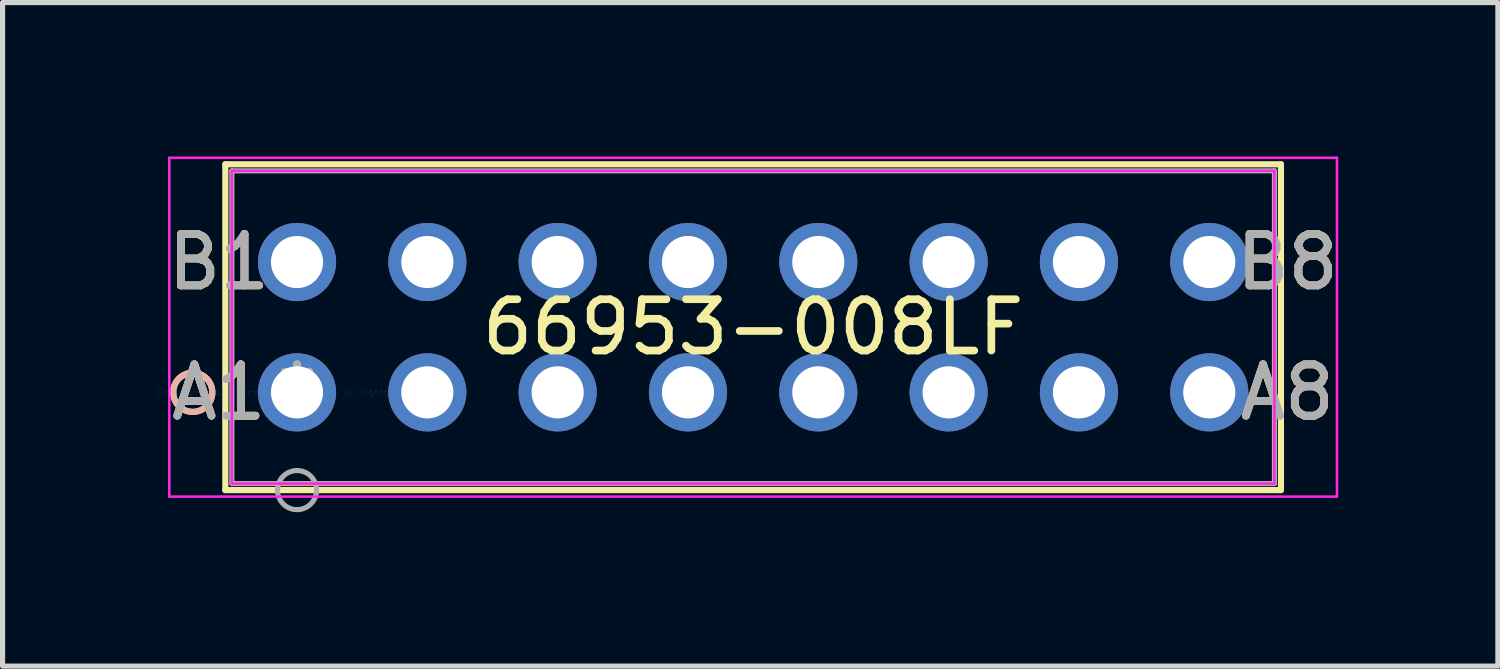
<source format=kicad_pcb>
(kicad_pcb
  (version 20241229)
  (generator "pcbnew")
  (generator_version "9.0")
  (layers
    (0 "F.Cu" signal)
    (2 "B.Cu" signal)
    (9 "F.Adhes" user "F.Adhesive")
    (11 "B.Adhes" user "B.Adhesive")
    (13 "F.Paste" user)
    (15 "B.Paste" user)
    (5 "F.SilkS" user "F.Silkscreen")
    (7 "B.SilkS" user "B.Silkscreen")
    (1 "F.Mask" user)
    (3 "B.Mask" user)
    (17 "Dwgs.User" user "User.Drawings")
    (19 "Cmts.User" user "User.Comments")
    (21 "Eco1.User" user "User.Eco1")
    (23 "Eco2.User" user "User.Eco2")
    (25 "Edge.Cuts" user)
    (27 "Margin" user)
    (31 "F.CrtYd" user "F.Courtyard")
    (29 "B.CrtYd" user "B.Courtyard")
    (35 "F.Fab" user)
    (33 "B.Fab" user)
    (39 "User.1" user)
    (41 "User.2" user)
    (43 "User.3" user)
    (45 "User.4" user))
  (footprint "66953-008LF"
    (layer "F.Cu")
    (at 2.739 4.597)
    (property "Reference" "66953-008LF" (at 8.89 -1.27 0) (layer "F.SilkS") (effects (font (size 1 1) (thickness 0.15))))
    (attr through_hole)
    (fp_line (start -1.397 -4.445) (end -1.397 1.905) (stroke (width 0.12) (type solid)) (layer "F.SilkS"))
    (fp_line (start -1.397 1.905) (end 19.177 1.905) (stroke (width 0.12) (type solid)) (layer "F.SilkS"))
    (fp_line (start 19.177 -4.445) (end -1.397 -4.445) (stroke (width 0.12) (type solid)) (layer "F.SilkS"))
    (fp_line (start 19.177 1.905) (end 19.177 -4.445) (stroke (width 0.12) (type solid)) (layer "F.SilkS"))
    (fp_circle (center -2.032 0) (end -1.651 0) (stroke (width 0.12) (type solid)) (fill no) (layer "F.SilkS"))
    (fp_circle (center -2.032 0) (end -1.651 0) (stroke (width 0.12) (type solid)) (fill no) (layer "B.SilkS"))
    (fp_line (start -2.489 -4.572) (end -2.489 2.032) (stroke (width 0.05) (type solid)) (layer "F.CrtYd"))
    (fp_line (start -2.489 2.032) (end 20.269 2.032) (stroke (width 0.05) (type solid)) (layer "F.CrtYd"))
    (fp_line (start -1.27 -4.318) (end -1.27 1.778) (stroke (width 0.05) (type solid)) (layer "F.CrtYd"))
    (fp_line (start -1.27 1.778) (end 19.05 1.778) (stroke (width 0.05) (type solid)) (layer "F.CrtYd"))
    (fp_line (start 19.05 -4.318) (end -1.27 -4.318) (stroke (width 0.05) (type solid)) (layer "F.CrtYd"))
    (fp_line (start 19.05 1.778) (end 19.05 -4.318) (stroke (width 0.05) (type solid)) (layer "F.CrtYd"))
    (fp_line (start 20.269 -4.572) (end -2.489 -4.572) (stroke (width 0.05) (type solid)) (layer "F.CrtYd"))
    (fp_line (start 20.269 2.032) (end 20.269 -4.572) (stroke (width 0.05) (type solid)) (layer "F.CrtYd"))
    (fp_line (start -1.27 -4.318) (end -1.27 1.778) (stroke (width 0.1) (type solid)) (layer "F.Fab"))
    (fp_line (start -1.27 1.778) (end 19.05 1.778) (stroke (width 0.1) (type solid)) (layer "F.Fab"))
    (fp_line (start 19.05 -4.318) (end -1.27 -4.318) (stroke (width 0.1) (type solid)) (layer "F.Fab"))
    (fp_line (start 19.05 1.778) (end 19.05 -4.318) (stroke (width 0.1) (type solid)) (layer "F.Fab"))
    (fp_circle (center 0 1.905) (end 0.381 1.905) (stroke (width 0.1) (type solid)) (fill no) (layer "F.Fab"))
    (fp_text user "*" (at 0 0 0) (layer "F.SilkS") (effects (font (size 1 1) (thickness 0.15))))
    (fp_text user "B1" (at -1.524 -2.54 0) (layer "F.SilkS") (effects (font (size 1 1) (thickness 0.15))))
    (fp_text user "A8" (at 19.304 0 0) (layer "F.SilkS") (effects (font (size 1 1) (thickness 0.15))))
    (fp_text user "B8" (at 19.304 -2.54 0) (layer "F.SilkS") (effects (font (size 1 1) (thickness 0.15))))
    (fp_text user "A1" (at -1.524 0 0) (layer "F.SilkS") (effects (font (size 1 1) (thickness 0.15))))
    (fp_text user "B8" (at 19.304 -2.54 0) (layer "B.SilkS") (effects (font (size 1 1) (thickness 0.15))))
    (fp_text user "A8" (at 19.304 0 0) (layer "B.SilkS") (effects (font (size 1 1) (thickness 0.15))))
    (fp_text user "A1" (at -1.524 0 0) (layer "B.SilkS") (effects (font (size 1 1) (thickness 0.15))))
    (fp_text user "B1" (at -1.524 -2.54 0) (layer "B.SilkS") (effects (font (size 1 1) (thickness 0.15))))
    (fp_text user "Copyright 2021 Accelerated Designs. All rights reserved." (at 0 0 0) (layer "Cmts.User") (effects (font (size 0.127 0.127) (thickness 0.002))))
    (fp_text user "B8" (at 19.304 -2.54 0) (layer "F.Fab") (effects (font (size 1 1) (thickness 0.15))))
    (fp_text user "A8" (at 19.304 0 0) (layer "F.Fab") (effects (font (size 1 1) (thickness 0.15))))
    (fp_text user "B1" (at -1.524 -2.54 0) (layer "F.Fab") (effects (font (size 1 1) (thickness 0.15))))
    (fp_text user "A1" (at -1.524 0 0) (layer "F.Fab") (effects (font (size 1 1) (thickness 0.15))))
    (fp_text user "*" (at 0 0 0) (layer "F.Fab") (effects (font (size 1 1) (thickness 0.15))))
    (pad "A1" thru_hole circle (at 0 0) (size 1.524 1.524) (drill 1.016) (layers "*.Cu" "*.Mask"))
    (pad "A2" thru_hole circle (at 2.54 0) (size 1.524 1.524) (drill 1.016) (layers "*.Cu" "*.Mask"))
    (pad "A3" thru_hole circle (at 5.08 0) (size 1.524 1.524) (drill 1.016) (layers "*.Cu" "*.Mask"))
    (pad "A4" thru_hole circle (at 7.62 0) (size 1.524 1.524) (drill 1.016) (layers "*.Cu" "*.Mask"))
    (pad "A5" thru_hole circle (at 10.16 0) (size 1.524 1.524) (drill 1.016) (layers "*.Cu" "*.Mask"))
    (pad "A6" thru_hole circle (at 12.7 0) (size 1.524 1.524) (drill 1.016) (layers "*.Cu" "*.Mask"))
    (pad "A7" thru_hole circle (at 15.24 0) (size 1.524 1.524) (drill 1.016) (layers "*.Cu" "*.Mask"))
    (pad "A8" thru_hole circle (at 17.78 0) (size 1.524 1.524) (drill 1.016) (layers "*.Cu" "*.Mask"))
    (pad "B1" thru_hole circle (at 0 -2.54) (size 1.524 1.524) (drill 1.016) (layers "*.Cu" "*.Mask"))
    (pad "B2" thru_hole circle (at 2.54 -2.54) (size 1.524 1.524) (drill 1.016) (layers "*.Cu" "*.Mask"))
    (pad "B3" thru_hole circle (at 5.08 -2.54) (size 1.524 1.524) (drill 1.016) (layers "*.Cu" "*.Mask"))
    (pad "B4" thru_hole circle (at 7.62 -2.54) (size 1.524 1.524) (drill 1.016) (layers "*.Cu" "*.Mask"))
    (pad "B5" thru_hole circle (at 10.16 -2.54) (size 1.524 1.524) (drill 1.016) (layers "*.Cu" "*.Mask"))
    (pad "B6" thru_hole circle (at 12.7 -2.54) (size 1.524 1.524) (drill 1.016) (layers "*.Cu" "*.Mask"))
    (pad "B7" thru_hole circle (at 15.24 -2.54) (size 1.524 1.524) (drill 1.016) (layers "*.Cu" "*.Mask"))
    (pad "B8" thru_hole circle (at 17.78 -2.54) (size 1.524 1.524) (drill 1.016) (layers "*.Cu" "*.Mask")))
  (gr_rect
    (start -3 -3)
    (end 26.144 9.933)
    (stroke (width 0.1) (type default))
    (fill no)
    (layer "Edge.Cuts")))
</source>
